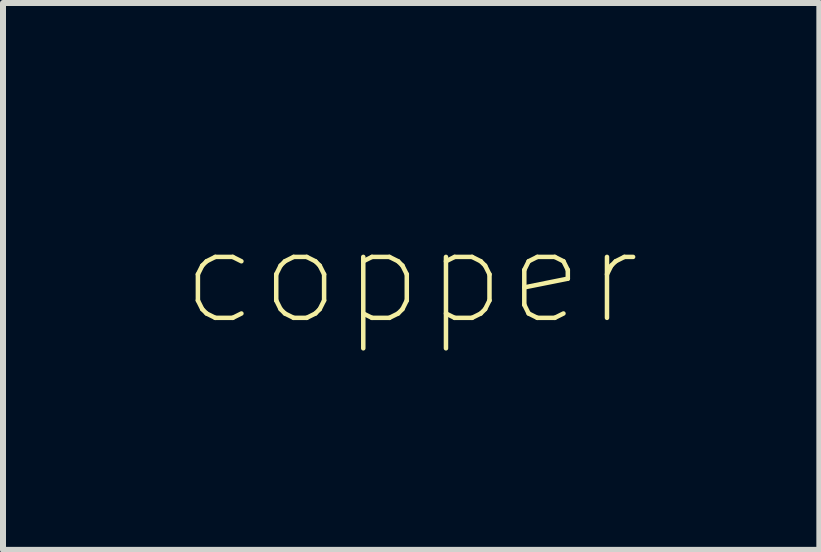
<source format=kicad_pcb>
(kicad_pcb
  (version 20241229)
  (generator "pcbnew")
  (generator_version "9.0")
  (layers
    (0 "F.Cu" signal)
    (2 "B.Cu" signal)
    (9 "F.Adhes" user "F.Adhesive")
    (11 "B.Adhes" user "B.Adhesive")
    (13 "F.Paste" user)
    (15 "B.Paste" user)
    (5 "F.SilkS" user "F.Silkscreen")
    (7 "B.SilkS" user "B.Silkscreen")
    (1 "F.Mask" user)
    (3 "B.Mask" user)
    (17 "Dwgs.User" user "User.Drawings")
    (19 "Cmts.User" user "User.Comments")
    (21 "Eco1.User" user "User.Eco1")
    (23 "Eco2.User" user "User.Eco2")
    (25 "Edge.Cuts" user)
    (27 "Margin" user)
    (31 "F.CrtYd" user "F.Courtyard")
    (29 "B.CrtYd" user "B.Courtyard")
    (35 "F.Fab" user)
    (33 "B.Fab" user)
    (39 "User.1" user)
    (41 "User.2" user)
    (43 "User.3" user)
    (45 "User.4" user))
  (footprint "copper"
    (layer "F.Cu")
    (at 3.806 1.549)
    (property "Reference" "copper" (at 0 0 0) (layer "F.SilkS") (effects (font (size 1.524 1.524) (thickness 0.075))))
    (attr board_only exclude_from_pos_files exclude_from_bom)
    (fp_poly (pts (xy 1.014 -1.542) (xy 1.309 -1.535) (xy 1.364 -1.471) (xy 1.406 -1.392) (xy 1.413 -1.304) (xy 1.384 -1.219) (xy 1.373 -1.203) (xy 1.356 -1.184) (xy 1.335 -1.17) (xy 1.303 -1.161) (xy 1.252 -1.155) (xy 1.175 -1.151) (xy 1.065 -1.148) (xy 1.028 -1.147) (xy 0.72 -1.14) (xy 0.72 -1.549)) (stroke (width 0) (type solid)) (fill yes) (layer "F.Mask"))
    (fp_poly (pts (xy -0.726 1.355) (xy -0.614 1.356) (xy -0.532 1.358) (xy -0.476 1.361) (xy -0.44 1.367) (xy -0.417 1.376) (xy -0.403 1.389) (xy -0.393 1.402) (xy -0.364 1.458) (xy -0.369 1.503) (xy -0.393 1.533) (xy -0.426 1.545) (xy -0.493 1.555) (xy -0.587 1.562) (xy -0.699 1.567) (xy -0.823 1.57) (xy -0.95 1.57) (xy -1.074 1.568) (xy -1.186 1.563) (xy -1.278 1.556) (xy -1.344 1.547) (xy -1.375 1.535) (xy -1.376 1.535) (xy -1.39 1.49) (xy -1.384 1.432) (xy -1.361 1.384) (xy -1.348 1.371) (xy -1.32 1.366) (xy -1.256 1.362) (xy -1.164 1.359) (xy -1.049 1.356) (xy -0.918 1.355) (xy -0.874 1.355)) (stroke (width 0) (type solid)) (fill yes) (layer "F.Mask"))
    (fp_poly (pts (xy 0.327 1.355) (xy 0.449 1.358) (xy 0.539 1.363) (xy 0.603 1.371) (xy 0.644 1.385) (xy 0.669 1.404) (xy 0.682 1.429) (xy 0.686 1.45) (xy 0.683 1.505) (xy 0.674 1.529) (xy 0.664 1.541) (xy 0.646 1.551) (xy 0.614 1.557) (xy 0.564 1.562) (xy 0.488 1.564) (xy 0.383 1.566) (xy 0.243 1.566) (xy 0.183 1.566) (xy 0.013 1.566) (xy -0.119 1.563) (xy -0.214 1.559) (xy -0.277 1.552) (xy -0.309 1.544) (xy -0.313 1.541) (xy -0.336 1.492) (xy -0.331 1.432) (xy -0.305 1.388) (xy -0.288 1.377) (xy -0.259 1.368) (xy -0.213 1.362) (xy -0.143 1.358) (xy -0.045 1.356) (xy 0.087 1.355) (xy 0.167 1.355)) (stroke (width 0) (type solid)) (fill yes) (layer "F.Mask")))
  (gr_rect
    (start -3 -3)
    (end 10.613 6.119)
    (stroke (width 0.1) (type default))
    (fill no)
    (layer "Edge.Cuts")))
</source>
